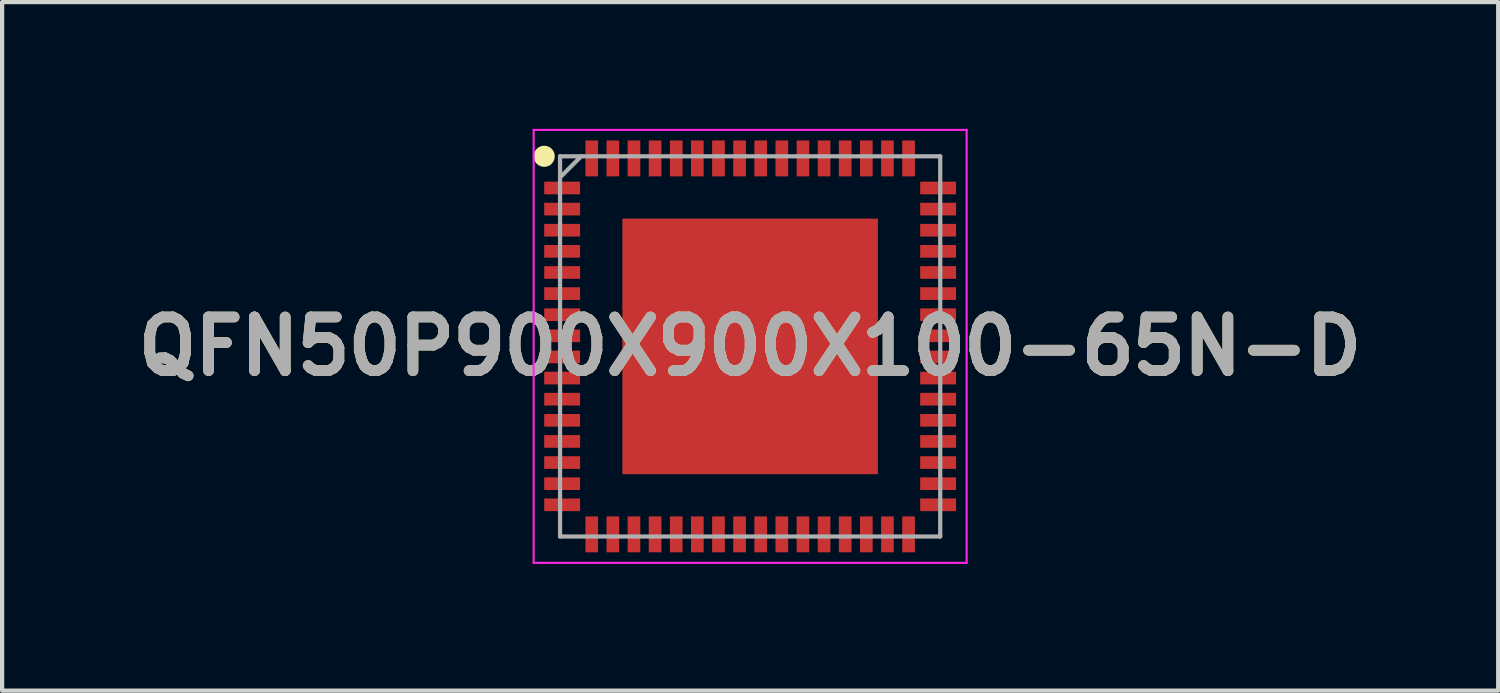
<source format=kicad_pcb>
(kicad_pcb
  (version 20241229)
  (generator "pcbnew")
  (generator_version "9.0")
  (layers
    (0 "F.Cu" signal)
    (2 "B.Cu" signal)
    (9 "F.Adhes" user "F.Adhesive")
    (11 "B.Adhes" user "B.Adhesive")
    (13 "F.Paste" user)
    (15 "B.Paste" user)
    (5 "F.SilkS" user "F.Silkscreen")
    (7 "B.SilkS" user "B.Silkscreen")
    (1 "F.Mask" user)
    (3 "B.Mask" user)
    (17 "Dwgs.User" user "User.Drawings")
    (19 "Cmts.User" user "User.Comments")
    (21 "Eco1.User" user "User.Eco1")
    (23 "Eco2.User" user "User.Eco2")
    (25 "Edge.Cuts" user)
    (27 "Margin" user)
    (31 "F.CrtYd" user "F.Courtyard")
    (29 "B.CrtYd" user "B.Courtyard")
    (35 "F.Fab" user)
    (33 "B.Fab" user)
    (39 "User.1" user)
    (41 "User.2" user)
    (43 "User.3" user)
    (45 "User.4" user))
  (footprint "QFN50P900X900X100-65N-D"
    (layer "F.Cu")
    (at 14.708 5.15)
    (property "Reference" "QFN50P900X900X100-65N-D" (at 0 0 0) (layer "F.SilkS") (effects (font (size 1.27 1.27) (thickness 0.254))))
    (attr smd)
    (fp_circle (center -4.875 -4.5) (end -4.875 -4.375) (stroke (width 0.25) (type solid)) (fill no) (layer "F.SilkS"))
    (fp_line (start -5.125 -5.125) (end 5.125 -5.125) (stroke (width 0.05) (type solid)) (layer "F.CrtYd"))
    (fp_line (start -5.125 5.125) (end -5.125 -5.125) (stroke (width 0.05) (type solid)) (layer "F.CrtYd"))
    (fp_line (start 5.125 -5.125) (end 5.125 5.125) (stroke (width 0.05) (type solid)) (layer "F.CrtYd"))
    (fp_line (start 5.125 5.125) (end -5.125 5.125) (stroke (width 0.05) (type solid)) (layer "F.CrtYd"))
    (fp_line (start -4.5 -4.5) (end 4.5 -4.5) (stroke (width 0.1) (type solid)) (layer "F.Fab"))
    (fp_line (start -4.5 -4) (end -4 -4.5) (stroke (width 0.1) (type solid)) (layer "F.Fab"))
    (fp_line (start -4.5 4.5) (end -4.5 -4.5) (stroke (width 0.1) (type solid)) (layer "F.Fab"))
    (fp_line (start 4.5 -4.5) (end 4.5 4.5) (stroke (width 0.1) (type solid)) (layer "F.Fab"))
    (fp_line (start 4.5 4.5) (end -4.5 4.5) (stroke (width 0.1) (type solid)) (layer "F.Fab"))
    (fp_text user "${REFERENCE}" (at 0 0 0) (layer "F.Fab") (effects (font (size 1.27 1.27) (thickness 0.254))))
    (pad "1" smd rect (at -4.45 -3.75 90) (size 0.3 0.85) (layers "F.Cu" "F.Mask" "F.Paste"))
    (pad "2" smd rect (at -4.45 -3.25 90) (size 0.3 0.85) (layers "F.Cu" "F.Mask" "F.Paste"))
    (pad "3" smd rect (at -4.45 -2.75 90) (size 0.3 0.85) (layers "F.Cu" "F.Mask" "F.Paste"))
    (pad "4" smd rect (at -4.45 -2.25 90) (size 0.3 0.85) (layers "F.Cu" "F.Mask" "F.Paste"))
    (pad "5" smd rect (at -4.45 -1.75 90) (size 0.3 0.85) (layers "F.Cu" "F.Mask" "F.Paste"))
    (pad "6" smd rect (at -4.45 -1.25 90) (size 0.3 0.85) (layers "F.Cu" "F.Mask" "F.Paste"))
    (pad "7" smd rect (at -4.45 -0.75 90) (size 0.3 0.85) (layers "F.Cu" "F.Mask" "F.Paste"))
    (pad "8" smd rect (at -4.45 -0.25 90) (size 0.3 0.85) (layers "F.Cu" "F.Mask" "F.Paste"))
    (pad "9" smd rect (at -4.45 0.25 90) (size 0.3 0.85) (layers "F.Cu" "F.Mask" "F.Paste"))
    (pad "10" smd rect (at -4.45 0.75 90) (size 0.3 0.85) (layers "F.Cu" "F.Mask" "F.Paste"))
    (pad "11" smd rect (at -4.45 1.25 90) (size 0.3 0.85) (layers "F.Cu" "F.Mask" "F.Paste"))
    (pad "12" smd rect (at -4.45 1.75 90) (size 0.3 0.85) (layers "F.Cu" "F.Mask" "F.Paste"))
    (pad "13" smd rect (at -4.45 2.25 90) (size 0.3 0.85) (layers "F.Cu" "F.Mask" "F.Paste"))
    (pad "14" smd rect (at -4.45 2.75 90) (size 0.3 0.85) (layers "F.Cu" "F.Mask" "F.Paste"))
    (pad "15" smd rect (at -4.45 3.25 90) (size 0.3 0.85) (layers "F.Cu" "F.Mask" "F.Paste"))
    (pad "16" smd rect (at -4.45 3.75 90) (size 0.3 0.85) (layers "F.Cu" "F.Mask" "F.Paste"))
    (pad "17" smd rect (at -3.75 4.45) (size 0.3 0.85) (layers "F.Cu" "F.Mask" "F.Paste"))
    (pad "18" smd rect (at -3.25 4.45) (size 0.3 0.85) (layers "F.Cu" "F.Mask" "F.Paste"))
    (pad "19" smd rect (at -2.75 4.45) (size 0.3 0.85) (layers "F.Cu" "F.Mask" "F.Paste"))
    (pad "20" smd rect (at -2.25 4.45) (size 0.3 0.85) (layers "F.Cu" "F.Mask" "F.Paste"))
    (pad "21" smd rect (at -1.75 4.45) (size 0.3 0.85) (layers "F.Cu" "F.Mask" "F.Paste"))
    (pad "22" smd rect (at -1.25 4.45) (size 0.3 0.85) (layers "F.Cu" "F.Mask" "F.Paste"))
    (pad "23" smd rect (at -0.75 4.45) (size 0.3 0.85) (layers "F.Cu" "F.Mask" "F.Paste"))
    (pad "24" smd rect (at -0.25 4.45) (size 0.3 0.85) (layers "F.Cu" "F.Mask" "F.Paste"))
    (pad "25" smd rect (at 0.25 4.45) (size 0.3 0.85) (layers "F.Cu" "F.Mask" "F.Paste"))
    (pad "26" smd rect (at 0.75 4.45) (size 0.3 0.85) (layers "F.Cu" "F.Mask" "F.Paste"))
    (pad "27" smd rect (at 1.25 4.45) (size 0.3 0.85) (layers "F.Cu" "F.Mask" "F.Paste"))
    (pad "28" smd rect (at 1.75 4.45) (size 0.3 0.85) (layers "F.Cu" "F.Mask" "F.Paste"))
    (pad "29" smd rect (at 2.25 4.45) (size 0.3 0.85) (layers "F.Cu" "F.Mask" "F.Paste"))
    (pad "30" smd rect (at 2.75 4.45) (size 0.3 0.85) (layers "F.Cu" "F.Mask" "F.Paste"))
    (pad "31" smd rect (at 3.25 4.45) (size 0.3 0.85) (layers "F.Cu" "F.Mask" "F.Paste"))
    (pad "32" smd rect (at 3.75 4.45) (size 0.3 0.85) (layers "F.Cu" "F.Mask" "F.Paste"))
    (pad "33" smd rect (at 4.45 3.75 90) (size 0.3 0.85) (layers "F.Cu" "F.Mask" "F.Paste"))
    (pad "34" smd rect (at 4.45 3.25 90) (size 0.3 0.85) (layers "F.Cu" "F.Mask" "F.Paste"))
    (pad "35" smd rect (at 4.45 2.75 90) (size 0.3 0.85) (layers "F.Cu" "F.Mask" "F.Paste"))
    (pad "36" smd rect (at 4.45 2.25 90) (size 0.3 0.85) (layers "F.Cu" "F.Mask" "F.Paste"))
    (pad "37" smd rect (at 4.45 1.75 90) (size 0.3 0.85) (layers "F.Cu" "F.Mask" "F.Paste"))
    (pad "38" smd rect (at 4.45 1.25 90) (size 0.3 0.85) (layers "F.Cu" "F.Mask" "F.Paste"))
    (pad "39" smd rect (at 4.45 0.75 90) (size 0.3 0.85) (layers "F.Cu" "F.Mask" "F.Paste"))
    (pad "40" smd rect (at 4.45 0.25 90) (size 0.3 0.85) (layers "F.Cu" "F.Mask" "F.Paste"))
    (pad "41" smd rect (at 4.45 -0.25 90) (size 0.3 0.85) (layers "F.Cu" "F.Mask" "F.Paste"))
    (pad "42" smd rect (at 4.45 -0.75 90) (size 0.3 0.85) (layers "F.Cu" "F.Mask" "F.Paste"))
    (pad "43" smd rect (at 4.45 -1.25 90) (size 0.3 0.85) (layers "F.Cu" "F.Mask" "F.Paste"))
    (pad "44" smd rect (at 4.45 -1.75 90) (size 0.3 0.85) (layers "F.Cu" "F.Mask" "F.Paste"))
    (pad "45" smd rect (at 4.45 -2.25 90) (size 0.3 0.85) (layers "F.Cu" "F.Mask" "F.Paste"))
    (pad "46" smd rect (at 4.45 -2.75 90) (size 0.3 0.85) (layers "F.Cu" "F.Mask" "F.Paste"))
    (pad "47" smd rect (at 4.45 -3.25 90) (size 0.3 0.85) (layers "F.Cu" "F.Mask" "F.Paste"))
    (pad "48" smd rect (at 4.45 -3.75 90) (size 0.3 0.85) (layers "F.Cu" "F.Mask" "F.Paste"))
    (pad "49" smd rect (at 3.75 -4.45) (size 0.3 0.85) (layers "F.Cu" "F.Mask" "F.Paste"))
    (pad "50" smd rect (at 3.25 -4.45) (size 0.3 0.85) (layers "F.Cu" "F.Mask" "F.Paste"))
    (pad "51" smd rect (at 2.75 -4.45) (size 0.3 0.85) (layers "F.Cu" "F.Mask" "F.Paste"))
    (pad "52" smd rect (at 2.25 -4.45) (size 0.3 0.85) (layers "F.Cu" "F.Mask" "F.Paste"))
    (pad "53" smd rect (at 1.75 -4.45) (size 0.3 0.85) (layers "F.Cu" "F.Mask" "F.Paste"))
    (pad "54" smd rect (at 1.25 -4.45) (size 0.3 0.85) (layers "F.Cu" "F.Mask" "F.Paste"))
    (pad "55" smd rect (at 0.75 -4.45) (size 0.3 0.85) (layers "F.Cu" "F.Mask" "F.Paste"))
    (pad "56" smd rect (at 0.25 -4.45) (size 0.3 0.85) (layers "F.Cu" "F.Mask" "F.Paste"))
    (pad "57" smd rect (at -0.25 -4.45) (size 0.3 0.85) (layers "F.Cu" "F.Mask" "F.Paste"))
    (pad "58" smd rect (at -0.75 -4.45) (size 0.3 0.85) (layers "F.Cu" "F.Mask" "F.Paste"))
    (pad "59" smd rect (at -1.25 -4.45) (size 0.3 0.85) (layers "F.Cu" "F.Mask" "F.Paste"))
    (pad "60" smd rect (at -1.75 -4.45) (size 0.3 0.85) (layers "F.Cu" "F.Mask" "F.Paste"))
    (pad "61" smd rect (at -2.25 -4.45) (size 0.3 0.85) (layers "F.Cu" "F.Mask" "F.Paste"))
    (pad "62" smd rect (at -2.75 -4.45) (size 0.3 0.85) (layers "F.Cu" "F.Mask" "F.Paste"))
    (pad "63" smd rect (at -3.25 -4.45) (size 0.3 0.85) (layers "F.Cu" "F.Mask" "F.Paste"))
    (pad "64" smd rect (at -3.75 -4.45) (size 0.3 0.85) (layers "F.Cu" "F.Mask" "F.Paste"))
    (pad "65" smd rect (at 0 0) (size 6.05 6.05) (layers "F.Cu" "F.Mask" "F.Paste")))
  (gr_rect
    (start -3 -3)
    (end 32.416 13.3)
    (stroke (width 0.1) (type default))
    (fill no)
    (layer "Edge.Cuts")))
</source>
